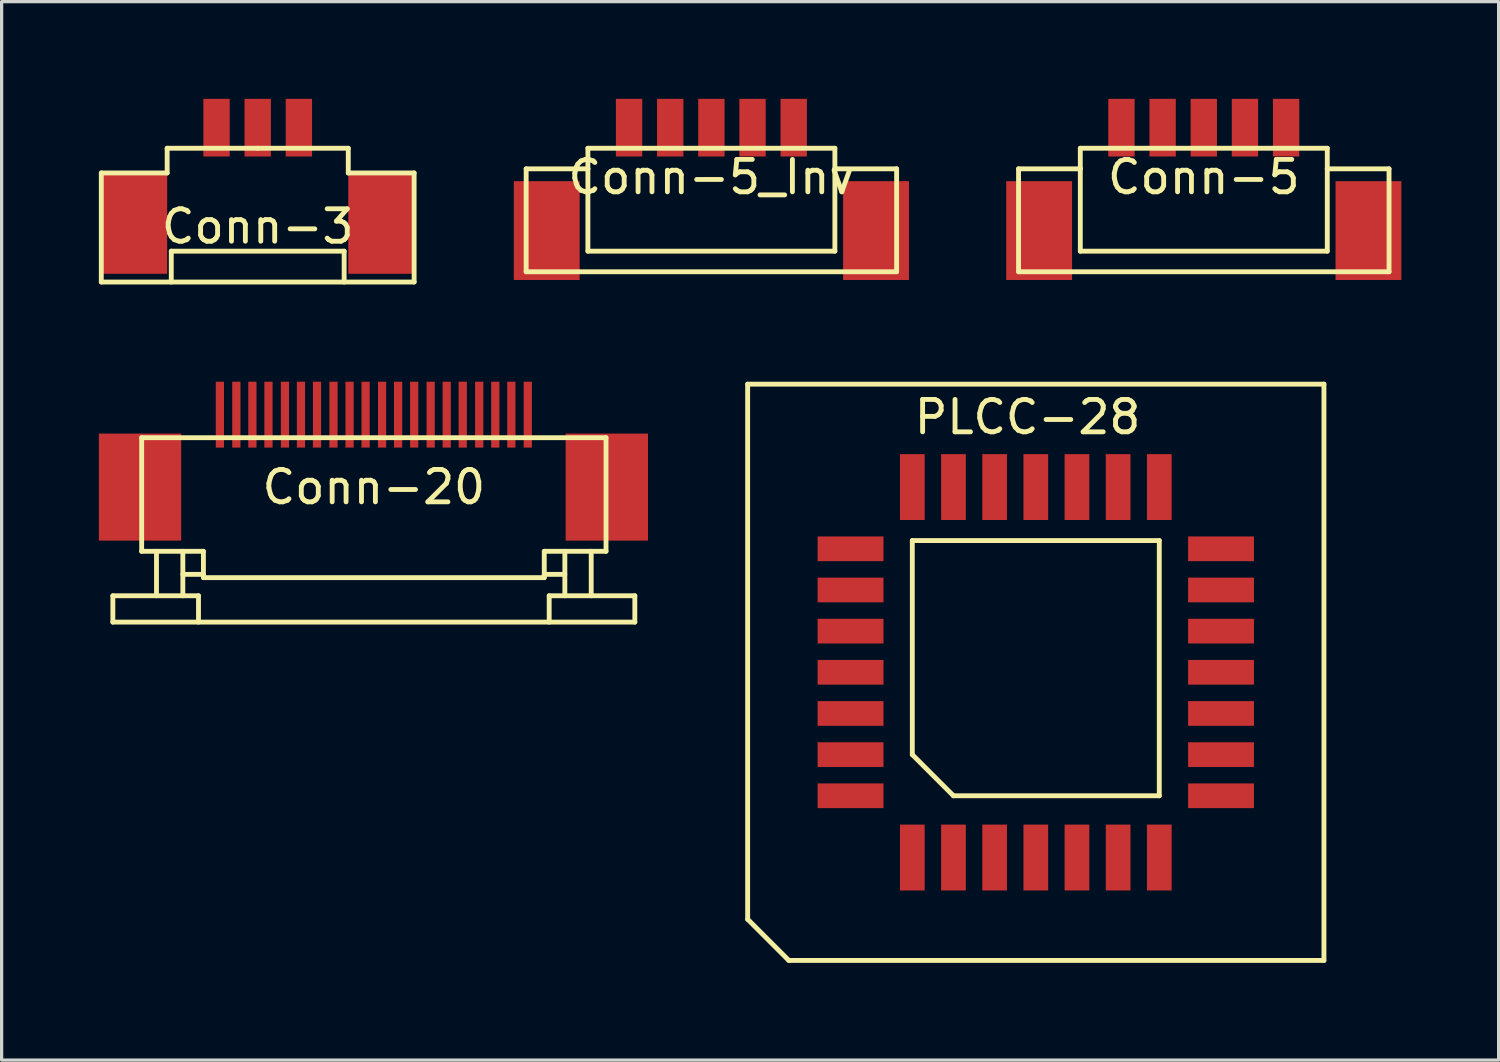
<source format=kicad_pcb>
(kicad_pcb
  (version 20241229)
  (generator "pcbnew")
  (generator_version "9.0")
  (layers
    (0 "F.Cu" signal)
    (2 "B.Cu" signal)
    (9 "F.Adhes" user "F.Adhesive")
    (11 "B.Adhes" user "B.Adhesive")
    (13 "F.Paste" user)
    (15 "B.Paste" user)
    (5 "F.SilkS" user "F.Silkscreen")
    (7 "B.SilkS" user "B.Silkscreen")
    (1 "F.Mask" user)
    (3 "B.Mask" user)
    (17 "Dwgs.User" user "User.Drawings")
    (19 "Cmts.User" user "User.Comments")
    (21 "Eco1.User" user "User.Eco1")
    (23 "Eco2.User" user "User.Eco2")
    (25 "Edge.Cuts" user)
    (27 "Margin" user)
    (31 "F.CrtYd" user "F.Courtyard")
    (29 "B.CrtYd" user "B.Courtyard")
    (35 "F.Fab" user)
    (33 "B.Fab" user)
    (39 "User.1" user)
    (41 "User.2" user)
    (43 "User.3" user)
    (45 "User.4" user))
  (footprint "Conn-5_Inv"
    (layer "F.Cu")
    (at 18.898 0.889)
    (property "Reference" "Conn-5_Inv" (at 0 1.524 0) (layer "F.SilkS") (effects (font (size 1 1) (thickness 0.15))))
    (attr smd)
    (fp_line (start -5.715 1.27) (end -3.81 1.27) (stroke (width 0.15) (type solid)) (layer "F.SilkS"))
    (fp_line (start -5.715 4.445) (end -5.715 1.27) (stroke (width 0.15) (type solid)) (layer "F.SilkS"))
    (fp_line (start -3.81 0.635) (end 3.81 0.635) (stroke (width 0.15) (type solid)) (layer "F.SilkS"))
    (fp_line (start -3.81 1.27) (end -3.81 0.635) (stroke (width 0.15) (type solid)) (layer "F.SilkS"))
    (fp_line (start -3.81 3.81) (end -3.81 1.27) (stroke (width 0.15) (type solid)) (layer "F.SilkS"))
    (fp_line (start 3.81 0.635) (end 3.81 1.27) (stroke (width 0.15) (type solid)) (layer "F.SilkS"))
    (fp_line (start 3.81 1.27) (end 3.81 3.81) (stroke (width 0.15) (type solid)) (layer "F.SilkS"))
    (fp_line (start 3.81 1.27) (end 5.715 1.27) (stroke (width 0.15) (type solid)) (layer "F.SilkS"))
    (fp_line (start 3.81 3.81) (end -3.81 3.81) (stroke (width 0.15) (type solid)) (layer "F.SilkS"))
    (fp_line (start 5.715 4.445) (end -5.715 4.445) (stroke (width 0.15) (type solid)) (layer "F.SilkS"))
    (fp_line (start 5.715 4.445) (end 5.715 1.27) (stroke (width 0.15) (type solid)) (layer "F.SilkS"))
    (pad "" smd rect (at -5.08 3.175) (size 2.032 3.048) (layers "F.Cu" "F.Mask" "F.Paste"))
    (pad "" smd rect (at 5.08 3.175) (size 2.032 3.048) (layers "F.Cu" "F.Mask" "F.Paste"))
    (pad "1" smd rect (at -2.54 0) (size 0.813 1.778) (layers "F.Cu" "F.Mask" "F.Paste"))
    (pad "2" smd rect (at -1.27 0) (size 0.813 1.778) (layers "F.Cu" "F.Mask" "F.Paste"))
    (pad "3" smd rect (at 0 0) (size 0.813 1.778) (layers "F.Cu" "F.Mask" "F.Paste"))
    (pad "4" smd rect (at 1.27 0) (size 0.813 1.778) (layers "F.Cu" "F.Mask" "F.Paste"))
    (pad "5" smd rect (at 2.54 0) (size 0.813 1.778) (layers "F.Cu" "F.Mask" "F.Paste")))
  (footprint "Conn-20"
    (layer "F.Cu")
    (at 8.484 12.994)
    (property "Reference" "Conn-20" (at 0 -1.016 0) (layer "F.SilkS") (effects (font (size 1 1) (thickness 0.15))))
    (attr smd)
    (fp_line (start -8.052 2.337) (end -5.41 2.337) (stroke (width 0.15) (type solid)) (layer "F.SilkS"))
    (fp_line (start -8.052 3.15) (end -8.052 2.337) (stroke (width 0.15) (type solid)) (layer "F.SilkS"))
    (fp_line (start -8.052 3.15) (end 8.052 3.15) (stroke (width 0.15) (type solid)) (layer "F.SilkS"))
    (fp_line (start -7.163 -2.54) (end -7.163 0.965) (stroke (width 0.15) (type solid)) (layer "F.SilkS"))
    (fp_line (start -7.163 -2.54) (end 7.163 -2.54) (stroke (width 0.15) (type solid)) (layer "F.SilkS"))
    (fp_line (start -7.163 0.965) (end -5.258 0.965) (stroke (width 0.15) (type solid)) (layer "F.SilkS"))
    (fp_line (start -6.706 0.965) (end -6.706 2.337) (stroke (width 0.15) (type solid)) (layer "F.SilkS"))
    (fp_line (start -5.893 0.965) (end -5.893 2.337) (stroke (width 0.15) (type solid)) (layer "F.SilkS"))
    (fp_line (start -5.41 2.337) (end -5.41 3.15) (stroke (width 0.15) (type solid)) (layer "F.SilkS"))
    (fp_line (start -5.258 0.965) (end -5.258 1.778) (stroke (width 0.15) (type solid)) (layer "F.SilkS"))
    (fp_line (start -5.258 1.676) (end -5.893 1.676) (stroke (width 0.15) (type solid)) (layer "F.SilkS"))
    (fp_line (start -5.258 1.778) (end 5.258 1.778) (stroke (width 0.15) (type solid)) (layer "F.SilkS"))
    (fp_line (start 5.258 0.965) (end 7.163 0.965) (stroke (width 0.15) (type solid)) (layer "F.SilkS"))
    (fp_line (start 5.258 1.676) (end 5.893 1.676) (stroke (width 0.15) (type solid)) (layer "F.SilkS"))
    (fp_line (start 5.258 1.778) (end 5.258 0.965) (stroke (width 0.15) (type solid)) (layer "F.SilkS"))
    (fp_line (start 5.41 2.337) (end 5.41 3.15) (stroke (width 0.15) (type solid)) (layer "F.SilkS"))
    (fp_line (start 5.893 0.965) (end 5.893 2.337) (stroke (width 0.15) (type solid)) (layer "F.SilkS"))
    (fp_line (start 6.706 0.965) (end 6.706 2.337) (stroke (width 0.15) (type solid)) (layer "F.SilkS"))
    (fp_line (start 7.163 0.965) (end 7.163 -2.54) (stroke (width 0.15) (type solid)) (layer "F.SilkS"))
    (fp_line (start 8.052 2.337) (end 5.41 2.337) (stroke (width 0.15) (type solid)) (layer "F.SilkS"))
    (fp_line (start 8.052 3.15) (end 8.052 2.337) (stroke (width 0.15) (type solid)) (layer "F.SilkS"))
    (pad "" smd rect (at -7.214 -1.016) (size 2.54 3.302) (layers "F.Cu" "F.Mask" "F.Paste"))
    (pad "" smd rect (at 7.188 -1.016) (size 2.54 3.302) (layers "F.Cu" "F.Mask" "F.Paste"))
    (pad "1" smd rect (at -4.75 -3.251) (size 0.254 2.032) (layers "F.Cu" "F.Mask" "F.Paste"))
    (pad "2" smd rect (at -4.242 -3.251) (size 0.254 2.032) (layers "F.Cu" "F.Mask" "F.Paste"))
    (pad "3" smd rect (at -3.747 -3.251) (size 0.254 2.032) (layers "F.Cu" "F.Mask" "F.Paste"))
    (pad "4" smd rect (at -3.251 -3.251) (size 0.254 2.032) (layers "F.Cu" "F.Mask" "F.Paste"))
    (pad "5" smd rect (at -2.743 -3.251) (size 0.254 2.032) (layers "F.Cu" "F.Mask" "F.Paste"))
    (pad "6" smd rect (at -2.248 -3.251) (size 0.254 2.032) (layers "F.Cu" "F.Mask" "F.Paste"))
    (pad "7" smd rect (at -1.753 -3.251) (size 0.254 2.032) (layers "F.Cu" "F.Mask" "F.Paste"))
    (pad "8" smd rect (at -1.245 -3.251) (size 0.254 2.032) (layers "F.Cu" "F.Mask" "F.Paste"))
    (pad "9" smd rect (at -0.749 -3.251) (size 0.254 2.032) (layers "F.Cu" "F.Mask" "F.Paste"))
    (pad "10" smd rect (at -0.254 -3.251) (size 0.254 2.032) (layers "F.Cu" "F.Mask" "F.Paste"))
    (pad "11" smd rect (at 0.254 -3.251) (size 0.254 2.032) (layers "F.Cu" "F.Mask" "F.Paste"))
    (pad "12" smd rect (at 0.749 -3.251) (size 0.254 2.032) (layers "F.Cu" "F.Mask" "F.Paste"))
    (pad "13" smd rect (at 1.245 -3.251) (size 0.254 2.032) (layers "F.Cu" "F.Mask" "F.Paste"))
    (pad "14" smd rect (at 1.753 -3.251) (size 0.254 2.032) (layers "F.Cu" "F.Mask" "F.Paste"))
    (pad "15" smd rect (at 2.248 -3.251) (size 0.254 2.032) (layers "F.Cu" "F.Mask" "F.Paste"))
    (pad "16" smd rect (at 2.743 -3.251) (size 0.254 2.032) (layers "F.Cu" "F.Mask" "F.Paste"))
    (pad "17" smd rect (at 3.251 -3.251) (size 0.254 2.032) (layers "F.Cu" "F.Mask" "F.Paste"))
    (pad "18" smd rect (at 3.747 -3.251) (size 0.254 2.032) (layers "F.Cu" "F.Mask" "F.Paste"))
    (pad "19" smd rect (at 4.242 -3.251) (size 0.254 2.032) (layers "F.Cu" "F.Mask" "F.Paste"))
    (pad "20" smd rect (at 4.75 -3.251) (size 0.254 2.032) (layers "F.Cu" "F.Mask" "F.Paste")))
  (footprint "PLCC-28"
    (layer "F.Cu")
    (at 28.907 17.692)
    (property "Reference" "PLCC-28" (at -0.254 -7.874 0) (layer "F.SilkS") (effects (font (size 1 1) (thickness 0.15))))
    (attr smd)
    (fp_line (start -8.89 7.62) (end -8.89 -8.89) (stroke (width 0.15) (type solid)) (layer "F.SilkS"))
    (fp_line (start -8.89 7.62) (end -7.62 8.89) (stroke (width 0.15) (type solid)) (layer "F.SilkS"))
    (fp_line (start -7.62 8.89) (end 8.89 8.89) (stroke (width 0.15) (type solid)) (layer "F.SilkS"))
    (fp_line (start -3.81 -4.064) (end -3.81 2.54) (stroke (width 0.15) (type solid)) (layer "F.SilkS"))
    (fp_line (start -3.81 -4.064) (end 3.81 -4.064) (stroke (width 0.15) (type solid)) (layer "F.SilkS"))
    (fp_line (start -3.81 2.54) (end -2.54 3.81) (stroke (width 0.15) (type solid)) (layer "F.SilkS"))
    (fp_line (start 3.81 -4.064) (end 3.81 3.81) (stroke (width 0.15) (type solid)) (layer "F.SilkS"))
    (fp_line (start 3.81 3.81) (end -2.54 3.81) (stroke (width 0.15) (type solid)) (layer "F.SilkS"))
    (fp_line (start 8.89 -8.89) (end -8.89 -8.89) (stroke (width 0.15) (type solid)) (layer "F.SilkS"))
    (fp_line (start 8.89 8.89) (end 8.89 -8.89) (stroke (width 0.15) (type solid)) (layer "F.SilkS"))
    (pad "1" smd rect (at -5.715 0) (size 2.032 0.762) (layers "F.Cu" "F.Mask" "F.Paste"))
    (pad "2" smd rect (at -5.715 1.27) (size 2.032 0.762) (layers "F.Cu" "F.Mask" "F.Paste"))
    (pad "3" smd rect (at -5.715 2.54) (size 2.032 0.762) (layers "F.Cu" "F.Mask" "F.Paste"))
    (pad "4" smd rect (at -5.715 3.81) (size 2.032 0.762) (layers "F.Cu" "F.Mask" "F.Paste"))
    (pad "5" smd rect (at -3.81 5.715) (size 0.762 2.032) (layers "F.Cu" "F.Mask" "F.Paste"))
    (pad "6" smd rect (at -2.54 5.715) (size 0.762 2.032) (layers "F.Cu" "F.Mask" "F.Paste"))
    (pad "7" smd rect (at -1.27 5.715) (size 0.762 2.032) (layers "F.Cu" "F.Mask" "F.Paste"))
    (pad "8" smd rect (at 0 5.715) (size 0.762 2.032) (layers "F.Cu" "F.Mask" "F.Paste"))
    (pad "9" smd rect (at 1.27 5.715) (size 0.762 2.032) (layers "F.Cu" "F.Mask" "F.Paste"))
    (pad "10" smd rect (at 2.54 5.715) (size 0.762 2.032) (layers "F.Cu" "F.Mask" "F.Paste"))
    (pad "11" smd rect (at 3.81 5.715) (size 0.762 2.032) (layers "F.Cu" "F.Mask" "F.Paste"))
    (pad "12" smd rect (at 5.715 3.81) (size 2.032 0.762) (layers "F.Cu" "F.Mask" "F.Paste"))
    (pad "13" smd rect (at 5.715 2.54) (size 2.032 0.762) (layers "F.Cu" "F.Mask" "F.Paste"))
    (pad "14" smd rect (at 5.715 1.27) (size 2.032 0.762) (layers "F.Cu" "F.Mask" "F.Paste"))
    (pad "15" smd rect (at 5.715 0) (size 2.032 0.762) (layers "F.Cu" "F.Mask" "F.Paste"))
    (pad "16" smd rect (at 5.715 -1.27) (size 2.032 0.762) (layers "F.Cu" "F.Mask" "F.Paste"))
    (pad "17" smd rect (at 5.715 -2.54) (size 2.032 0.762) (layers "F.Cu" "F.Mask" "F.Paste"))
    (pad "18" smd rect (at 5.715 -3.81) (size 2.032 0.762) (layers "F.Cu" "F.Mask" "F.Paste"))
    (pad "19" smd rect (at 3.81 -5.715) (size 0.762 2.032) (layers "F.Cu" "F.Mask" "F.Paste"))
    (pad "20" smd rect (at 2.54 -5.715) (size 0.762 2.032) (layers "F.Cu" "F.Mask" "F.Paste"))
    (pad "21" smd rect (at 1.27 -5.715) (size 0.762 2.032) (layers "F.Cu" "F.Mask" "F.Paste"))
    (pad "22" smd rect (at 0 -5.715) (size 0.762 2.032) (layers "F.Cu" "F.Mask" "F.Paste"))
    (pad "23" smd rect (at -1.27 -5.715) (size 0.762 2.032) (layers "F.Cu" "F.Mask" "F.Paste"))
    (pad "24" smd rect (at -2.54 -5.715) (size 0.762 2.032) (layers "F.Cu" "F.Mask" "F.Paste"))
    (pad "25" smd rect (at -3.81 -5.715) (size 0.762 2.032) (layers "F.Cu" "F.Mask" "F.Paste"))
    (pad "26" smd rect (at -5.715 -3.81) (size 2.032 0.762) (layers "F.Cu" "F.Mask" "F.Paste"))
    (pad "27" smd rect (at -5.715 -2.54) (size 2.032 0.762) (layers "F.Cu" "F.Mask" "F.Paste"))
    (pad "28" smd rect (at -5.715 -1.27) (size 2.032 0.762) (layers "F.Cu" "F.Mask" "F.Paste")))
  (footprint "Conn-3"
    (layer "F.Cu")
    (at 4.901 4.318)
    (property "Reference" "Conn-3" (at 0 -0.381 0) (layer "F.SilkS") (effects (font (size 1 1) (thickness 0.15))))
    (attr smd)
    (fp_line (start -4.826 -2.032) (end -2.794 -2.032) (stroke (width 0.15) (type solid)) (layer "F.SilkS"))
    (fp_line (start -4.826 1.333) (end -4.826 -2.032) (stroke (width 0.15) (type solid)) (layer "F.SilkS"))
    (fp_line (start -2.794 -2.794) (end 0 -2.794) (stroke (width 0.15) (type solid)) (layer "F.SilkS"))
    (fp_line (start -2.794 -2.032) (end -2.794 -2.794) (stroke (width 0.15) (type solid)) (layer "F.SilkS"))
    (fp_line (start -2.667 0.381) (end -2.667 1.333) (stroke (width 0.15) (type solid)) (layer "F.SilkS"))
    (fp_line (start 0 -2.794) (end 2.794 -2.794) (stroke (width 0.15) (type solid)) (layer "F.SilkS"))
    (fp_line (start 2.667 0.381) (end -2.667 0.381) (stroke (width 0.15) (type solid)) (layer "F.SilkS"))
    (fp_line (start 2.667 1.333) (end 2.667 0.381) (stroke (width 0.15) (type solid)) (layer "F.SilkS"))
    (fp_line (start 2.794 -2.794) (end 2.794 -2.032) (stroke (width 0.15) (type solid)) (layer "F.SilkS"))
    (fp_line (start 2.794 -2.032) (end 4.826 -2.032) (stroke (width 0.15) (type solid)) (layer "F.SilkS"))
    (fp_line (start 4.826 -2.032) (end 4.826 1.333) (stroke (width 0.15) (type solid)) (layer "F.SilkS"))
    (fp_line (start 4.826 1.333) (end -4.826 1.333) (stroke (width 0.15) (type solid)) (layer "F.SilkS"))
    (pad "" smd rect (at -3.81 -0.445) (size 2.032 3.048) (layers "F.Cu" "F.Mask" "F.Paste"))
    (pad "" smd rect (at 3.81 -0.445) (size 2.032 3.048) (layers "F.Cu" "F.Mask" "F.Paste"))
    (pad "1" smd rect (at -1.27 -3.429) (size 0.813 1.778) (layers "F.Cu" "F.Mask" "F.Paste"))
    (pad "2" smd rect (at 0 -3.429) (size 0.813 1.778) (layers "F.Cu" "F.Mask" "F.Paste"))
    (pad "3" smd rect (at 1.27 -3.429) (size 0.813 1.778) (layers "F.Cu" "F.Mask" "F.Paste")))
  (footprint "Conn-5"
    (layer "F.Cu")
    (at 34.09 0.889)
    (property "Reference" "Conn-5" (at 0 1.524 0) (layer "F.SilkS") (effects (font (size 1 1) (thickness 0.15))))
    (attr smd)
    (fp_line (start -5.715 1.27) (end -3.81 1.27) (stroke (width 0.15) (type solid)) (layer "F.SilkS"))
    (fp_line (start -5.715 4.445) (end -5.715 1.27) (stroke (width 0.15) (type solid)) (layer "F.SilkS"))
    (fp_line (start -3.81 0.635) (end 3.81 0.635) (stroke (width 0.15) (type solid)) (layer "F.SilkS"))
    (fp_line (start -3.81 1.27) (end -3.81 0.635) (stroke (width 0.15) (type solid)) (layer "F.SilkS"))
    (fp_line (start -3.81 3.81) (end -3.81 1.27) (stroke (width 0.15) (type solid)) (layer "F.SilkS"))
    (fp_line (start 3.81 0.635) (end 3.81 1.27) (stroke (width 0.15) (type solid)) (layer "F.SilkS"))
    (fp_line (start 3.81 1.27) (end 3.81 3.81) (stroke (width 0.15) (type solid)) (layer "F.SilkS"))
    (fp_line (start 3.81 1.27) (end 5.715 1.27) (stroke (width 0.15) (type solid)) (layer "F.SilkS"))
    (fp_line (start 3.81 3.81) (end -3.81 3.81) (stroke (width 0.15) (type solid)) (layer "F.SilkS"))
    (fp_line (start 5.715 4.445) (end -5.715 4.445) (stroke (width 0.15) (type solid)) (layer "F.SilkS"))
    (fp_line (start 5.715 4.445) (end 5.715 1.27) (stroke (width 0.15) (type solid)) (layer "F.SilkS"))
    (pad "" smd rect (at -5.08 3.175) (size 2.032 3.048) (layers "F.Cu" "F.Mask" "F.Paste"))
    (pad "" smd rect (at 5.08 3.175) (size 2.032 3.048) (layers "F.Cu" "F.Mask" "F.Paste"))
    (pad "1" smd rect (at -2.54 0) (size 0.813 1.778) (layers "F.Cu" "F.Mask" "F.Paste"))
    (pad "2" smd rect (at -1.27 0) (size 0.813 1.778) (layers "F.Cu" "F.Mask" "F.Paste"))
    (pad "3" smd rect (at 0 0) (size 0.813 1.778) (layers "F.Cu" "F.Mask" "F.Paste"))
    (pad "4" smd rect (at 1.27 0) (size 0.813 1.778) (layers "F.Cu" "F.Mask" "F.Paste"))
    (pad "5" smd rect (at 2.54 0) (size 0.813 1.778) (layers "F.Cu" "F.Mask" "F.Paste")))
  (gr_rect
    (start -3 -3)
    (end 43.186 29.657)
    (stroke (width 0.1) (type default))
    (fill no)
    (layer "Edge.Cuts")))
</source>
